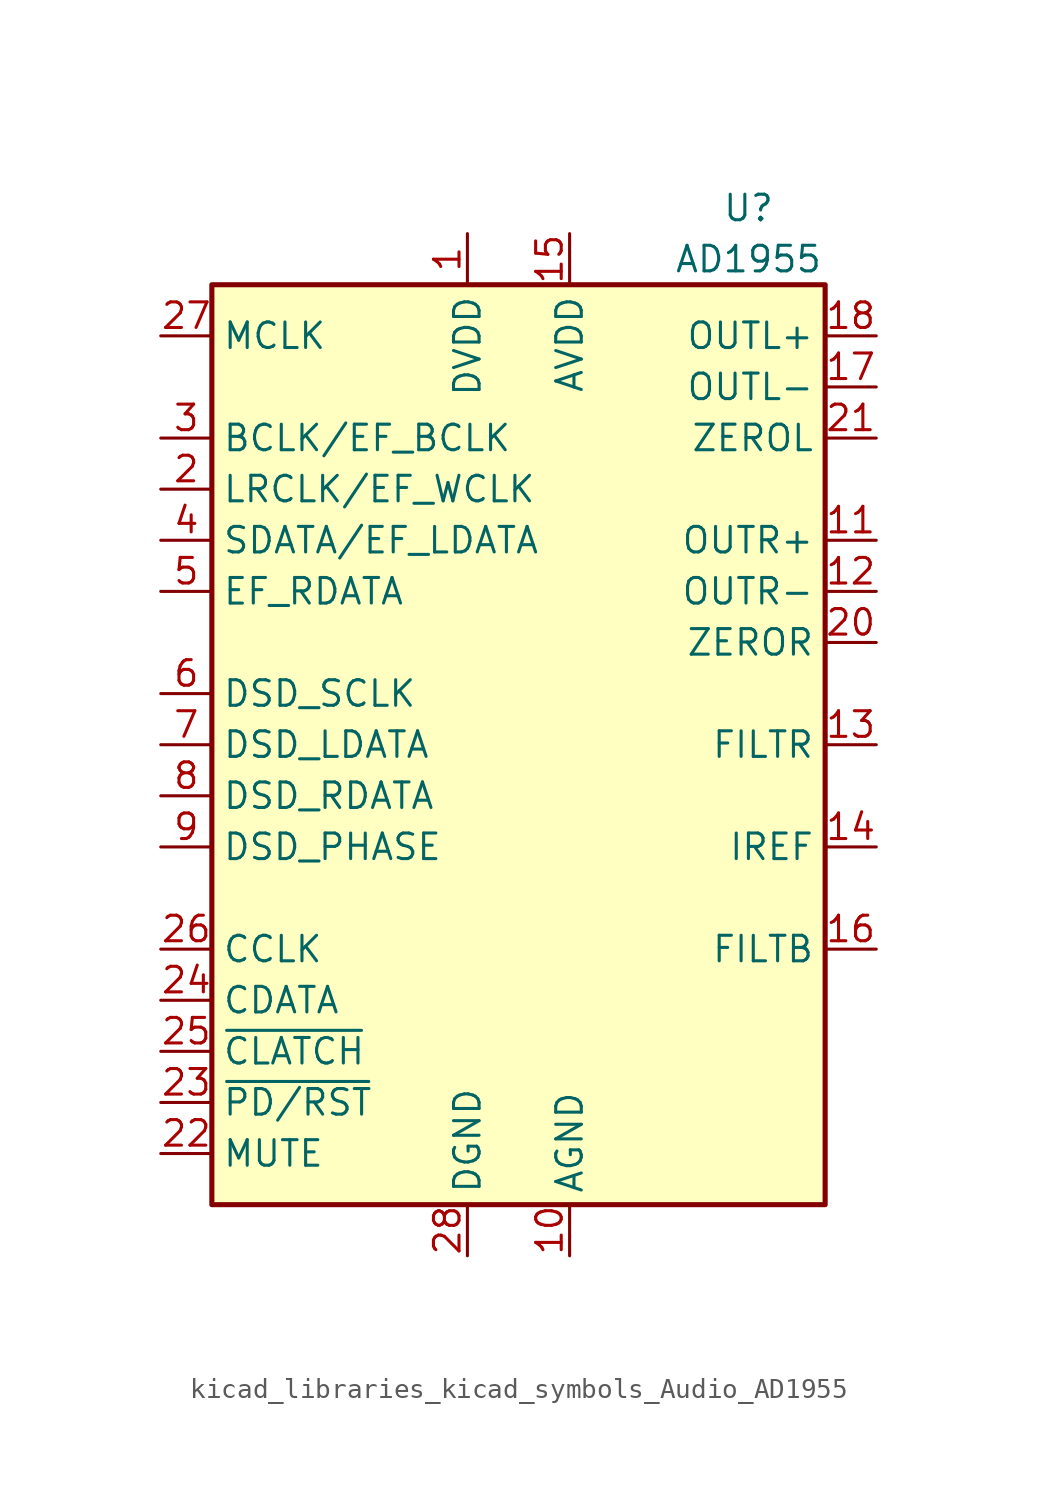
<source format=kicad_sym>
(kicad_symbol_lib
  (version 20220914)
  (generator kicad_symbol_editor)
  (symbol "kicad_libraries_kicad_symbols_Audio_AD1955"
    (property "Reference" "U"
      (at 11.43 26.67 0)
      (effects (font (size 1.27 1.27))))
    (property "Value" "AD1955"
      (at 11.43 24.13 0)
      (effects (font (size 1.27 1.27))))
    (symbol "kicad_libraries_kicad_symbols_Audio_AD1955_0_1"
      (rectangle (start -15.24 22.86) (end 15.24 -22.86) (stroke (width 0.254) (type default)) (fill (type background))))
    (symbol "kicad_libraries_kicad_symbols_Audio_AD1955_1_1"
      (pin power_in line (at -2.54 25.4 270) (length 2.54) (name "DVDD" (effects (font (size 1.27 1.27)))) (number "1" (effects (font (size 1.27 1.27)))))
      (pin power_in line (at 2.54 -25.4 90) (length 2.54) (name "AGND" (effects (font (size 1.27 1.27)))) (number "10" (effects (font (size 1.27 1.27)))))
      (pin output line (at 17.78 10.16 180) (length 2.54) (name "OUTR+" (effects (font (size 1.27 1.27)))) (number "11" (effects (font (size 1.27 1.27)))))
      (pin output line (at 17.78 7.62 180) (length 2.54) (name "OUTR-" (effects (font (size 1.27 1.27)))) (number "12" (effects (font (size 1.27 1.27)))))
      (pin output line (at 17.78 0 180) (length 2.54) (name "FILTR" (effects (font (size 1.27 1.27)))) (number "13" (effects (font (size 1.27 1.27)))))
      (pin passive line (at 17.78 -5.08 180) (length 2.54) (name "IREF" (effects (font (size 1.27 1.27)))) (number "14" (effects (font (size 1.27 1.27)))))
      (pin power_in line (at 2.54 25.4 270) (length 2.54) (name "AVDD" (effects (font (size 1.27 1.27)))) (number "15" (effects (font (size 1.27 1.27)))))
      (pin output line (at 17.78 -10.16 180) (length 2.54) (name "FILTB" (effects (font (size 1.27 1.27)))) (number "16" (effects (font (size 1.27 1.27)))))
      (pin output line (at 17.78 17.78 180) (length 2.54) (name "OUTL-" (effects (font (size 1.27 1.27)))) (number "17" (effects (font (size 1.27 1.27)))))
      (pin output line (at 17.78 20.32 180) (length 2.54) (name "OUTL+" (effects (font (size 1.27 1.27)))) (number "18" (effects (font (size 1.27 1.27)))))
      (pin passive line (at 2.54 -25.4 90) (length 2.54) hide (name "AGND" (effects (font (size 1.27 1.27)))) (number "19" (effects (font (size 1.27 1.27)))))
      (pin input line (at -17.78 12.7 0) (length 2.54) (name "LRCLK/EF_WCLK" (effects (font (size 1.27 1.27)))) (number "2" (effects (font (size 1.27 1.27)))))
      (pin output line (at 17.78 5.08 180) (length 2.54) (name "ZEROR" (effects (font (size 1.27 1.27)))) (number "20" (effects (font (size 1.27 1.27)))))
      (pin output line (at 17.78 15.24 180) (length 2.54) (name "ZEROL" (effects (font (size 1.27 1.27)))) (number "21" (effects (font (size 1.27 1.27)))))
      (pin input line (at -17.78 -20.32 0) (length 2.54) (name "MUTE" (effects (font (size 1.27 1.27)))) (number "22" (effects (font (size 1.27 1.27)))))
      (pin input line (at -17.78 -17.78 0) (length 2.54) (name "~{PD/RST}" (effects (font (size 1.27 1.27)))) (number "23" (effects (font (size 1.27 1.27)))))
      (pin input line (at -17.78 -12.7 0) (length 2.54) (name "CDATA" (effects (font (size 1.27 1.27)))) (number "24" (effects (font (size 1.27 1.27)))))
      (pin input line (at -17.78 -15.24 0) (length 2.54) (name "~{CLATCH}" (effects (font (size 1.27 1.27)))) (number "25" (effects (font (size 1.27 1.27)))))
      (pin input line (at -17.78 -10.16 0) (length 2.54) (name "CCLK" (effects (font (size 1.27 1.27)))) (number "26" (effects (font (size 1.27 1.27)))))
      (pin input line (at -17.78 20.32 0) (length 2.54) (name "MCLK" (effects (font (size 1.27 1.27)))) (number "27" (effects (font (size 1.27 1.27)))))
      (pin power_in line (at -2.54 -25.4 90) (length 2.54) (name "DGND" (effects (font (size 1.27 1.27)))) (number "28" (effects (font (size 1.27 1.27)))))
      (pin input line (at -17.78 15.24 0) (length 2.54) (name "BCLK/EF_BCLK" (effects (font (size 1.27 1.27)))) (number "3" (effects (font (size 1.27 1.27)))))
      (pin input line (at -17.78 10.16 0) (length 2.54) (name "SDATA/EF_LDATA" (effects (font (size 1.27 1.27)))) (number "4" (effects (font (size 1.27 1.27)))))
      (pin input line (at -17.78 7.62 0) (length 2.54) (name "EF_RDATA" (effects (font (size 1.27 1.27)))) (number "5" (effects (font (size 1.27 1.27)))))
      (pin bidirectional line (at -17.78 2.54 0) (length 2.54) (name "DSD_SCLK" (effects (font (size 1.27 1.27)))) (number "6" (effects (font (size 1.27 1.27)))))
      (pin input line (at -17.78 0 0) (length 2.54) (name "DSD_LDATA" (effects (font (size 1.27 1.27)))) (number "7" (effects (font (size 1.27 1.27)))))
      (pin input line (at -17.78 -2.54 0) (length 2.54) (name "DSD_RDATA" (effects (font (size 1.27 1.27)))) (number "8" (effects (font (size 1.27 1.27)))))
      (pin bidirectional line (at -17.78 -5.08 0) (length 2.54) (name "DSD_PHASE" (effects (font (size 1.27 1.27)))) (number "9" (effects (font (size 1.27 1.27))))))))
</source>
